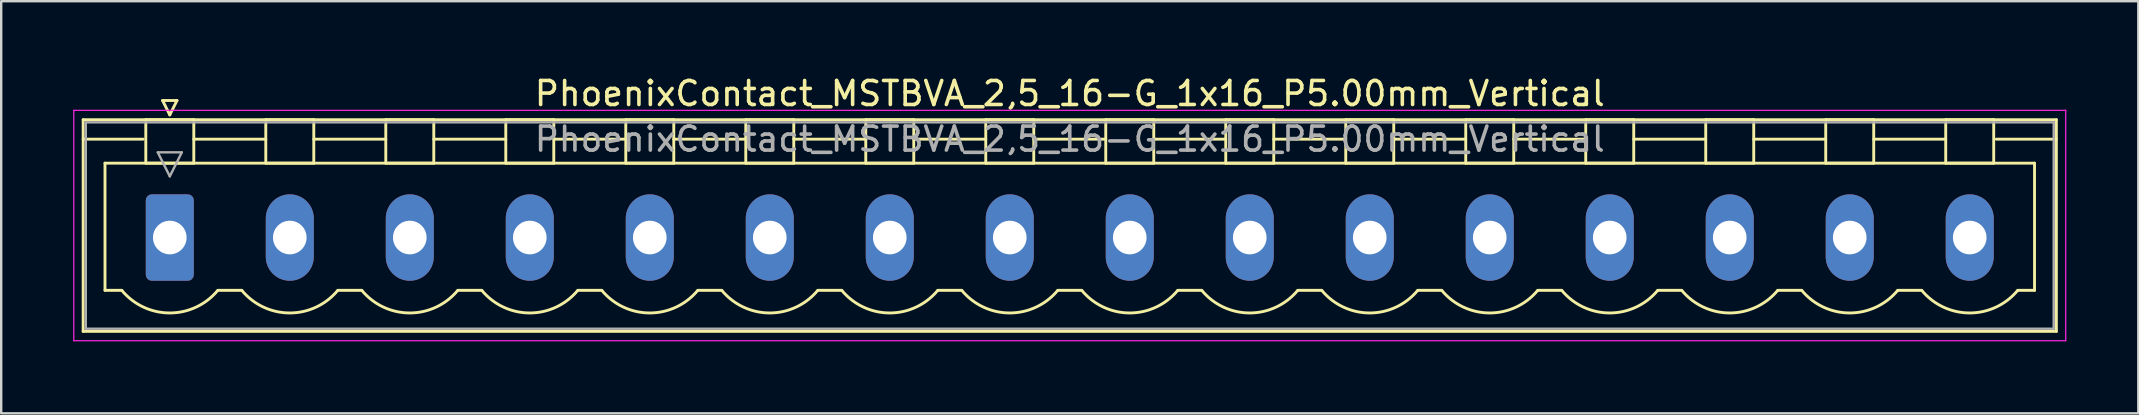
<source format=kicad_pcb>
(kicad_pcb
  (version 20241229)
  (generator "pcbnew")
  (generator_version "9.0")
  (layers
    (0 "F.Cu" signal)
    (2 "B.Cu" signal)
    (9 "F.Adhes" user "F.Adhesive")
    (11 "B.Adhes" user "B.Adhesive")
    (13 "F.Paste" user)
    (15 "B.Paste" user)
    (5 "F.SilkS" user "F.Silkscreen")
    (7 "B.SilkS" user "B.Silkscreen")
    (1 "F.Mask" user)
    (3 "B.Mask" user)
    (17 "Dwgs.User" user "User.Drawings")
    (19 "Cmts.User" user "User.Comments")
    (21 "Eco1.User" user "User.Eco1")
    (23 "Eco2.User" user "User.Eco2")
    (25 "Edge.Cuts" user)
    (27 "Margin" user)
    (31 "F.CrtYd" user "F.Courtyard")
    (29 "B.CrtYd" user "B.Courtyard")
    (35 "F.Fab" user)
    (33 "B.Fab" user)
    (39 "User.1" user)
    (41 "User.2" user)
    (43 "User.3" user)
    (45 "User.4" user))
  (footprint "PhoenixContact_MSTBVA_2,5_16-G_1x16_P5.00mm_Vertical"
    (layer "F.Cu")
    (at 4.025 6.848)
    (property "Reference" "PhoenixContact_MSTBVA_2,5_16-G_1x16_P5.00mm_Vertical" (at 37.5 -6 0) (layer "F.SilkS") (effects (font (size 1 1) (thickness 0.15))))
    (attr through_hole)
    (fp_line (start -3.61 -4.91) (end -3.61 3.91) (stroke (width 0.12) (type solid)) (layer "F.SilkS"))
    (fp_line (start -3.61 -4.1) (end -1.11 -4.1) (stroke (width 0.12) (type solid)) (layer "F.SilkS"))
    (fp_line (start -3.61 3.91) (end 78.61 3.91) (stroke (width 0.12) (type solid)) (layer "F.SilkS"))
    (fp_line (start -2.7 -3.1) (end 77.7 -3.1) (stroke (width 0.12) (type solid)) (layer "F.SilkS"))
    (fp_line (start -2.7 2.2) (end -2.7 -3.1) (stroke (width 0.12) (type solid)) (layer "F.SilkS"))
    (fp_line (start -2 2.2) (end -2.7 2.2) (stroke (width 0.12) (type solid)) (layer "F.SilkS"))
    (fp_line (start -1 -4.91) (end 1 -4.91) (stroke (width 0.12) (type solid)) (layer "F.SilkS"))
    (fp_line (start -1 -3.1) (end -1 -4.91) (stroke (width 0.12) (type solid)) (layer "F.SilkS"))
    (fp_line (start -0.3 -5.71) (end 0.3 -5.71) (stroke (width 0.12) (type solid)) (layer "F.SilkS"))
    (fp_line (start 0 -5.11) (end -0.3 -5.71) (stroke (width 0.12) (type solid)) (layer "F.SilkS"))
    (fp_line (start 0.3 -5.71) (end 0 -5.11) (stroke (width 0.12) (type solid)) (layer "F.SilkS"))
    (fp_line (start 1 -4.91) (end 1 -3.1) (stroke (width 0.12) (type solid)) (layer "F.SilkS"))
    (fp_line (start 1 -4.1) (end 4 -4.1) (stroke (width 0.12) (type solid)) (layer "F.SilkS"))
    (fp_line (start 1 -3.1) (end -1 -3.1) (stroke (width 0.12) (type solid)) (layer "F.SilkS"))
    (fp_line (start 2 2.2) (end 3 2.2) (stroke (width 0.12) (type solid)) (layer "F.SilkS"))
    (fp_line (start 4 -4.91) (end 6 -4.91) (stroke (width 0.12) (type solid)) (layer "F.SilkS"))
    (fp_line (start 4 -3.1) (end 4 -4.91) (stroke (width 0.12) (type solid)) (layer "F.SilkS"))
    (fp_line (start 6 -4.91) (end 6 -3.1) (stroke (width 0.12) (type solid)) (layer "F.SilkS"))
    (fp_line (start 6 -4.1) (end 9 -4.1) (stroke (width 0.12) (type solid)) (layer "F.SilkS"))
    (fp_line (start 6 -3.1) (end 4 -3.1) (stroke (width 0.12) (type solid)) (layer "F.SilkS"))
    (fp_line (start 7 2.2) (end 8 2.2) (stroke (width 0.12) (type solid)) (layer "F.SilkS"))
    (fp_line (start 9 -4.91) (end 11 -4.91) (stroke (width 0.12) (type solid)) (layer "F.SilkS"))
    (fp_line (start 9 -3.1) (end 9 -4.91) (stroke (width 0.12) (type solid)) (layer "F.SilkS"))
    (fp_line (start 11 -4.91) (end 11 -3.1) (stroke (width 0.12) (type solid)) (layer "F.SilkS"))
    (fp_line (start 11 -4.1) (end 14 -4.1) (stroke (width 0.12) (type solid)) (layer "F.SilkS"))
    (fp_line (start 11 -3.1) (end 9 -3.1) (stroke (width 0.12) (type solid)) (layer "F.SilkS"))
    (fp_line (start 12 2.2) (end 13 2.2) (stroke (width 0.12) (type solid)) (layer "F.SilkS"))
    (fp_line (start 14 -4.91) (end 16 -4.91) (stroke (width 0.12) (type solid)) (layer "F.SilkS"))
    (fp_line (start 14 -3.1) (end 14 -4.91) (stroke (width 0.12) (type solid)) (layer "F.SilkS"))
    (fp_line (start 16 -4.91) (end 16 -3.1) (stroke (width 0.12) (type solid)) (layer "F.SilkS"))
    (fp_line (start 16 -4.1) (end 19 -4.1) (stroke (width 0.12) (type solid)) (layer "F.SilkS"))
    (fp_line (start 16 -3.1) (end 14 -3.1) (stroke (width 0.12) (type solid)) (layer "F.SilkS"))
    (fp_line (start 17 2.2) (end 18 2.2) (stroke (width 0.12) (type solid)) (layer "F.SilkS"))
    (fp_line (start 19 -4.91) (end 21 -4.91) (stroke (width 0.12) (type solid)) (layer "F.SilkS"))
    (fp_line (start 19 -3.1) (end 19 -4.91) (stroke (width 0.12) (type solid)) (layer "F.SilkS"))
    (fp_line (start 21 -4.91) (end 21 -3.1) (stroke (width 0.12) (type solid)) (layer "F.SilkS"))
    (fp_line (start 21 -4.1) (end 24 -4.1) (stroke (width 0.12) (type solid)) (layer "F.SilkS"))
    (fp_line (start 21 -3.1) (end 19 -3.1) (stroke (width 0.12) (type solid)) (layer "F.SilkS"))
    (fp_line (start 22 2.2) (end 23 2.2) (stroke (width 0.12) (type solid)) (layer "F.SilkS"))
    (fp_line (start 24 -4.91) (end 26 -4.91) (stroke (width 0.12) (type solid)) (layer "F.SilkS"))
    (fp_line (start 24 -3.1) (end 24 -4.91) (stroke (width 0.12) (type solid)) (layer "F.SilkS"))
    (fp_line (start 26 -4.91) (end 26 -3.1) (stroke (width 0.12) (type solid)) (layer "F.SilkS"))
    (fp_line (start 26 -4.1) (end 29 -4.1) (stroke (width 0.12) (type solid)) (layer "F.SilkS"))
    (fp_line (start 26 -3.1) (end 24 -3.1) (stroke (width 0.12) (type solid)) (layer "F.SilkS"))
    (fp_line (start 27 2.2) (end 28 2.2) (stroke (width 0.12) (type solid)) (layer "F.SilkS"))
    (fp_line (start 29 -4.91) (end 31 -4.91) (stroke (width 0.12) (type solid)) (layer "F.SilkS"))
    (fp_line (start 29 -3.1) (end 29 -4.91) (stroke (width 0.12) (type solid)) (layer "F.SilkS"))
    (fp_line (start 31 -4.91) (end 31 -3.1) (stroke (width 0.12) (type solid)) (layer "F.SilkS"))
    (fp_line (start 31 -4.1) (end 34 -4.1) (stroke (width 0.12) (type solid)) (layer "F.SilkS"))
    (fp_line (start 31 -3.1) (end 29 -3.1) (stroke (width 0.12) (type solid)) (layer "F.SilkS"))
    (fp_line (start 32 2.2) (end 33 2.2) (stroke (width 0.12) (type solid)) (layer "F.SilkS"))
    (fp_line (start 34 -4.91) (end 36 -4.91) (stroke (width 0.12) (type solid)) (layer "F.SilkS"))
    (fp_line (start 34 -3.1) (end 34 -4.91) (stroke (width 0.12) (type solid)) (layer "F.SilkS"))
    (fp_line (start 36 -4.91) (end 36 -3.1) (stroke (width 0.12) (type solid)) (layer "F.SilkS"))
    (fp_line (start 36 -4.1) (end 39 -4.1) (stroke (width 0.12) (type solid)) (layer "F.SilkS"))
    (fp_line (start 36 -3.1) (end 34 -3.1) (stroke (width 0.12) (type solid)) (layer "F.SilkS"))
    (fp_line (start 37 2.2) (end 38 2.2) (stroke (width 0.12) (type solid)) (layer "F.SilkS"))
    (fp_line (start 39 -4.91) (end 41 -4.91) (stroke (width 0.12) (type solid)) (layer "F.SilkS"))
    (fp_line (start 39 -3.1) (end 39 -4.91) (stroke (width 0.12) (type solid)) (layer "F.SilkS"))
    (fp_line (start 41 -4.91) (end 41 -3.1) (stroke (width 0.12) (type solid)) (layer "F.SilkS"))
    (fp_line (start 41 -4.1) (end 44 -4.1) (stroke (width 0.12) (type solid)) (layer "F.SilkS"))
    (fp_line (start 41 -3.1) (end 39 -3.1) (stroke (width 0.12) (type solid)) (layer "F.SilkS"))
    (fp_line (start 42 2.2) (end 43 2.2) (stroke (width 0.12) (type solid)) (layer "F.SilkS"))
    (fp_line (start 44 -4.91) (end 46 -4.91) (stroke (width 0.12) (type solid)) (layer "F.SilkS"))
    (fp_line (start 44 -3.1) (end 44 -4.91) (stroke (width 0.12) (type solid)) (layer "F.SilkS"))
    (fp_line (start 46 -4.91) (end 46 -3.1) (stroke (width 0.12) (type solid)) (layer "F.SilkS"))
    (fp_line (start 46 -4.1) (end 49 -4.1) (stroke (width 0.12) (type solid)) (layer "F.SilkS"))
    (fp_line (start 46 -3.1) (end 44 -3.1) (stroke (width 0.12) (type solid)) (layer "F.SilkS"))
    (fp_line (start 47 2.2) (end 48 2.2) (stroke (width 0.12) (type solid)) (layer "F.SilkS"))
    (fp_line (start 49 -4.91) (end 51 -4.91) (stroke (width 0.12) (type solid)) (layer "F.SilkS"))
    (fp_line (start 49 -3.1) (end 49 -4.91) (stroke (width 0.12) (type solid)) (layer "F.SilkS"))
    (fp_line (start 51 -4.91) (end 51 -3.1) (stroke (width 0.12) (type solid)) (layer "F.SilkS"))
    (fp_line (start 51 -4.1) (end 54 -4.1) (stroke (width 0.12) (type solid)) (layer "F.SilkS"))
    (fp_line (start 51 -3.1) (end 49 -3.1) (stroke (width 0.12) (type solid)) (layer "F.SilkS"))
    (fp_line (start 52 2.2) (end 53 2.2) (stroke (width 0.12) (type solid)) (layer "F.SilkS"))
    (fp_line (start 54 -4.91) (end 56 -4.91) (stroke (width 0.12) (type solid)) (layer "F.SilkS"))
    (fp_line (start 54 -3.1) (end 54 -4.91) (stroke (width 0.12) (type solid)) (layer "F.SilkS"))
    (fp_line (start 56 -4.91) (end 56 -3.1) (stroke (width 0.12) (type solid)) (layer "F.SilkS"))
    (fp_line (start 56 -4.1) (end 59 -4.1) (stroke (width 0.12) (type solid)) (layer "F.SilkS"))
    (fp_line (start 56 -3.1) (end 54 -3.1) (stroke (width 0.12) (type solid)) (layer "F.SilkS"))
    (fp_line (start 57 2.2) (end 58 2.2) (stroke (width 0.12) (type solid)) (layer "F.SilkS"))
    (fp_line (start 59 -4.91) (end 61 -4.91) (stroke (width 0.12) (type solid)) (layer "F.SilkS"))
    (fp_line (start 59 -3.1) (end 59 -4.91) (stroke (width 0.12) (type solid)) (layer "F.SilkS"))
    (fp_line (start 61 -4.91) (end 61 -3.1) (stroke (width 0.12) (type solid)) (layer "F.SilkS"))
    (fp_line (start 61 -4.1) (end 64 -4.1) (stroke (width 0.12) (type solid)) (layer "F.SilkS"))
    (fp_line (start 61 -3.1) (end 59 -3.1) (stroke (width 0.12) (type solid)) (layer "F.SilkS"))
    (fp_line (start 62 2.2) (end 63 2.2) (stroke (width 0.12) (type solid)) (layer "F.SilkS"))
    (fp_line (start 64 -4.91) (end 66 -4.91) (stroke (width 0.12) (type solid)) (layer "F.SilkS"))
    (fp_line (start 64 -3.1) (end 64 -4.91) (stroke (width 0.12) (type solid)) (layer "F.SilkS"))
    (fp_line (start 66 -4.91) (end 66 -3.1) (stroke (width 0.12) (type solid)) (layer "F.SilkS"))
    (fp_line (start 66 -4.1) (end 69 -4.1) (stroke (width 0.12) (type solid)) (layer "F.SilkS"))
    (fp_line (start 66 -3.1) (end 64 -3.1) (stroke (width 0.12) (type solid)) (layer "F.SilkS"))
    (fp_line (start 67 2.2) (end 68 2.2) (stroke (width 0.12) (type solid)) (layer "F.SilkS"))
    (fp_line (start 69 -4.91) (end 71 -4.91) (stroke (width 0.12) (type solid)) (layer "F.SilkS"))
    (fp_line (start 69 -3.1) (end 69 -4.91) (stroke (width 0.12) (type solid)) (layer "F.SilkS"))
    (fp_line (start 71 -4.91) (end 71 -3.1) (stroke (width 0.12) (type solid)) (layer "F.SilkS"))
    (fp_line (start 71 -4.1) (end 74 -4.1) (stroke (width 0.12) (type solid)) (layer "F.SilkS"))
    (fp_line (start 71 -3.1) (end 69 -3.1) (stroke (width 0.12) (type solid)) (layer "F.SilkS"))
    (fp_line (start 72 2.2) (end 73 2.2) (stroke (width 0.12) (type solid)) (layer "F.SilkS"))
    (fp_line (start 74 -4.91) (end 76 -4.91) (stroke (width 0.12) (type solid)) (layer "F.SilkS"))
    (fp_line (start 74 -3.1) (end 74 -4.91) (stroke (width 0.12) (type solid)) (layer "F.SilkS"))
    (fp_line (start 76 -4.91) (end 76 -3.1) (stroke (width 0.12) (type solid)) (layer "F.SilkS"))
    (fp_line (start 76 -3.1) (end 74 -3.1) (stroke (width 0.12) (type solid)) (layer "F.SilkS"))
    (fp_line (start 77.7 -3.1) (end 77.7 2.2) (stroke (width 0.12) (type solid)) (layer "F.SilkS"))
    (fp_line (start 77.7 2.2) (end 77 2.2) (stroke (width 0.12) (type solid)) (layer "F.SilkS"))
    (fp_line (start 78.61 -4.91) (end -3.61 -4.91) (stroke (width 0.12) (type solid)) (layer "F.SilkS"))
    (fp_line (start 78.61 -4.1) (end 76.11 -4.1) (stroke (width 0.12) (type solid)) (layer "F.SilkS"))
    (fp_line (start 78.61 3.91) (end 78.61 -4.91) (stroke (width 0.12) (type solid)) (layer "F.SilkS"))
    (fp_arc (start 1.986842 2.215821) (mid -0.010289 3.142758) (end -2 2.2) (stroke (width 0.12) (type solid)) (layer "F.SilkS"))
    (fp_arc (start 6.986842 2.215821) (mid 4.989711 3.142758) (end 3 2.2) (stroke (width 0.12) (type solid)) (layer "F.SilkS"))
    (fp_arc (start 11.986842 2.215821) (mid 9.989711 3.142758) (end 8 2.2) (stroke (width 0.12) (type solid)) (layer "F.SilkS"))
    (fp_arc (start 16.986842 2.215821) (mid 14.989711 3.142758) (end 13 2.2) (stroke (width 0.12) (type solid)) (layer "F.SilkS"))
    (fp_arc (start 21.986842 2.215821) (mid 19.989711 3.142758) (end 18 2.2) (stroke (width 0.12) (type solid)) (layer "F.SilkS"))
    (fp_arc (start 26.986842 2.215821) (mid 24.989711 3.142758) (end 23 2.2) (stroke (width 0.12) (type solid)) (layer "F.SilkS"))
    (fp_arc (start 31.986842 2.215821) (mid 29.989711 3.142758) (end 28 2.2) (stroke (width 0.12) (type solid)) (layer "F.SilkS"))
    (fp_arc (start 36.986842 2.215821) (mid 34.989711 3.142758) (end 33 2.2) (stroke (width 0.12) (type solid)) (layer "F.SilkS"))
    (fp_arc (start 41.986842 2.215821) (mid 39.989711 3.142758) (end 38 2.2) (stroke (width 0.12) (type solid)) (layer "F.SilkS"))
    (fp_arc (start 46.986842 2.215821) (mid 44.989711 3.142758) (end 43 2.2) (stroke (width 0.12) (type solid)) (layer "F.SilkS"))
    (fp_arc (start 51.986842 2.215821) (mid 49.989711 3.142758) (end 48 2.2) (stroke (width 0.12) (type solid)) (layer "F.SilkS"))
    (fp_arc (start 56.986842 2.215821) (mid 54.989711 3.142758) (end 53 2.2) (stroke (width 0.12) (type solid)) (layer "F.SilkS"))
    (fp_arc (start 61.986842 2.215821) (mid 59.989711 3.142758) (end 58 2.2) (stroke (width 0.12) (type solid)) (layer "F.SilkS"))
    (fp_arc (start 66.986842 2.215821) (mid 64.989711 3.142758) (end 63 2.2) (stroke (width 0.12) (type solid)) (layer "F.SilkS"))
    (fp_arc (start 71.986842 2.215821) (mid 69.989711 3.142758) (end 68 2.2) (stroke (width 0.12) (type solid)) (layer "F.SilkS"))
    (fp_arc (start 76.986842 2.215821) (mid 74.989711 3.142758) (end 73 2.2) (stroke (width 0.12) (type solid)) (layer "F.SilkS"))
    (fp_line (start -4 -5.3) (end -4 4.3) (stroke (width 0.05) (type solid)) (layer "F.CrtYd"))
    (fp_line (start -4 4.3) (end 79 4.3) (stroke (width 0.05) (type solid)) (layer "F.CrtYd"))
    (fp_line (start 79 -5.3) (end -4 -5.3) (stroke (width 0.05) (type solid)) (layer "F.CrtYd"))
    (fp_line (start 79 4.3) (end 79 -5.3) (stroke (width 0.05) (type solid)) (layer "F.CrtYd"))
    (fp_line (start -3.5 -4.8) (end -3.5 3.8) (stroke (width 0.1) (type solid)) (layer "F.Fab"))
    (fp_line (start -3.5 3.8) (end 78.5 3.8) (stroke (width 0.1) (type solid)) (layer "F.Fab"))
    (fp_line (start -0.5 -3.55) (end 0.5 -3.55) (stroke (width 0.1) (type solid)) (layer "F.Fab"))
    (fp_line (start 0 -2.55) (end -0.5 -3.55) (stroke (width 0.1) (type solid)) (layer "F.Fab"))
    (fp_line (start 0.5 -3.55) (end 0 -2.55) (stroke (width 0.1) (type solid)) (layer "F.Fab"))
    (fp_line (start 78.5 -4.8) (end -3.5 -4.8) (stroke (width 0.1) (type solid)) (layer "F.Fab"))
    (fp_line (start 78.5 3.8) (end 78.5 -4.8) (stroke (width 0.1) (type solid)) (layer "F.Fab"))
    (fp_text user "${REFERENCE}" (at 37.5 -4.1 0) (layer "F.Fab") (effects (font (size 1 1) (thickness 0.15))))
    (pad "1" thru_hole roundrect (at 0 0) (size 2 3.6) (drill 1.4) (layers "*.Cu" "*.Mask") (roundrect_rratio 0.125))
    (pad "2" thru_hole oval (at 5 0) (size 2 3.6) (drill 1.4) (layers "*.Cu" "*.Mask"))
    (pad "3" thru_hole oval (at 10 0) (size 2 3.6) (drill 1.4) (layers "*.Cu" "*.Mask"))
    (pad "4" thru_hole oval (at 15 0) (size 2 3.6) (drill 1.4) (layers "*.Cu" "*.Mask"))
    (pad "5" thru_hole oval (at 20 0) (size 2 3.6) (drill 1.4) (layers "*.Cu" "*.Mask"))
    (pad "6" thru_hole oval (at 25 0) (size 2 3.6) (drill 1.4) (layers "*.Cu" "*.Mask"))
    (pad "7" thru_hole oval (at 30 0) (size 2 3.6) (drill 1.4) (layers "*.Cu" "*.Mask"))
    (pad "8" thru_hole oval (at 35 0) (size 2 3.6) (drill 1.4) (layers "*.Cu" "*.Mask"))
    (pad "9" thru_hole oval (at 40 0) (size 2 3.6) (drill 1.4) (layers "*.Cu" "*.Mask"))
    (pad "10" thru_hole oval (at 45 0) (size 2 3.6) (drill 1.4) (layers "*.Cu" "*.Mask"))
    (pad "11" thru_hole oval (at 50 0) (size 2 3.6) (drill 1.4) (layers "*.Cu" "*.Mask"))
    (pad "12" thru_hole oval (at 55 0) (size 2 3.6) (drill 1.4) (layers "*.Cu" "*.Mask"))
    (pad "13" thru_hole oval (at 60 0) (size 2 3.6) (drill 1.4) (layers "*.Cu" "*.Mask"))
    (pad "14" thru_hole oval (at 65 0) (size 2 3.6) (drill 1.4) (layers "*.Cu" "*.Mask"))
    (pad "15" thru_hole oval (at 70 0) (size 2 3.6) (drill 1.4) (layers "*.Cu" "*.Mask"))
    (pad "16" thru_hole oval (at 75 0) (size 2 3.6) (drill 1.4) (layers "*.Cu" "*.Mask")))
  (gr_rect
    (start -3 -3)
    (end 86.05 14.173)
    (stroke (width 0.1) (type default))
    (fill no)
    (layer "Edge.Cuts")))
</source>
